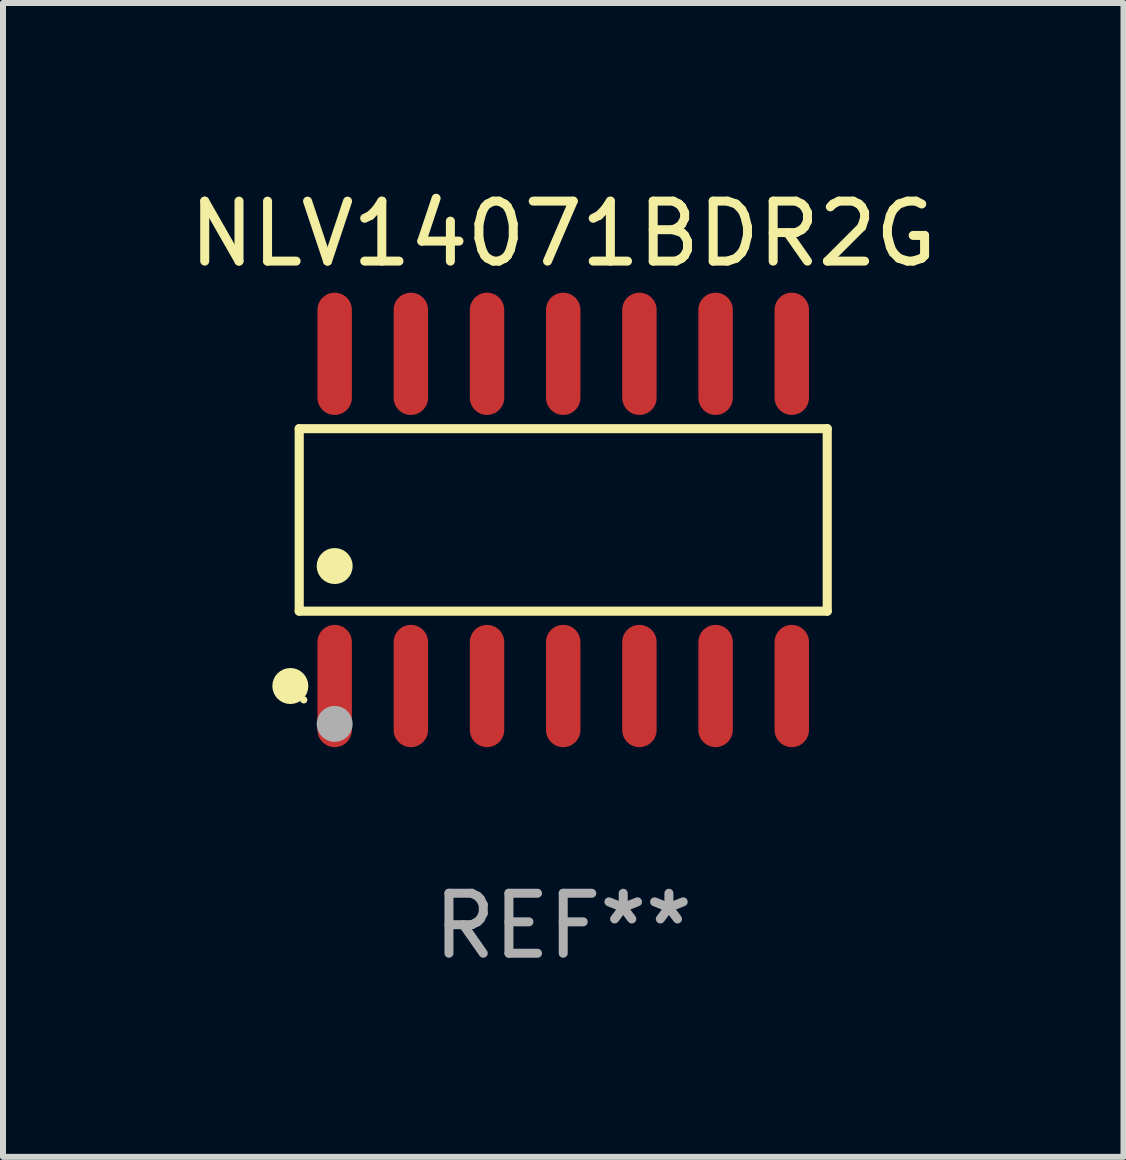
<source format=kicad_pcb>
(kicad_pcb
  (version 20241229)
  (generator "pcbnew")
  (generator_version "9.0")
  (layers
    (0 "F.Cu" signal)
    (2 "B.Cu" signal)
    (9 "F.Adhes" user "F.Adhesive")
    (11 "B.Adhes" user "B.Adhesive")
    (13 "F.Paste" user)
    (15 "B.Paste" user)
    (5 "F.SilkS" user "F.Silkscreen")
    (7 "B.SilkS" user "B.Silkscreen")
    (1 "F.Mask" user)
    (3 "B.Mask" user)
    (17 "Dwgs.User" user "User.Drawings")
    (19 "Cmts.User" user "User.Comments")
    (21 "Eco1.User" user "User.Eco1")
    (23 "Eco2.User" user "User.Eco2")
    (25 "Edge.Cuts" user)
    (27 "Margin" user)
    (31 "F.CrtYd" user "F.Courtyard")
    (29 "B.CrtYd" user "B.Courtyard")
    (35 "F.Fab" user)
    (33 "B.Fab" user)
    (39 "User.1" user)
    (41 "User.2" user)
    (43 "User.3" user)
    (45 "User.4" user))
  (footprint "NLV14071BDR2G"
    (layer "F.Cu")
    (at 6.339 5.617)
    (property "Reference" "NLV14071BDR2G" (at 0 -4.769 0) (layer "F.SilkS") (effects (font (size 1 1) (thickness 0.15))))
    (attr through_hole)
    (fp_line (start -4.401 -1.521) (end 4.401 -1.521) (stroke (width 0.152) (type solid)) (layer "F.SilkS"))
    (fp_line (start -4.401 1.521) (end -4.401 -1.521) (stroke (width 0.152) (type solid)) (layer "F.SilkS"))
    (fp_line (start 4.401 -1.521) (end 4.401 1.521) (stroke (width 0.152) (type solid)) (layer "F.SilkS"))
    (fp_line (start 4.401 1.521) (end -4.401 1.521) (stroke (width 0.152) (type solid)) (layer "F.SilkS"))
    (fp_circle (center -4.549 2.769) (end -4.399 2.769) (stroke (width 0.3) (type solid)) (fill no) (layer "F.SilkS"))
    (fp_circle (center -4.325 3) (end -4.295 3) (stroke (width 0.06) (type solid)) (fill no) (layer "F.SilkS"))
    (fp_circle (center -3.81 0.769) (end -3.66 0.769) (stroke (width 0.3) (type solid)) (fill no) (layer "F.SilkS"))
    (fp_circle (center -3.81 3.4) (end -3.66 3.4) (stroke (width 0.3) (type solid)) (fill no) (layer "F.Fab"))
    (fp_text user "REF**" (at 0 6.769 0) (layer "F.Fab") (effects (font (size 1 1) (thickness 0.15))))
    (pad "1" smd oval (at -3.81 2.769) (size 0.574 2.038) (layers "F.Cu" "F.Mask" "F.Paste"))
    (pad "2" smd oval (at -2.54 2.769) (size 0.574 2.038) (layers "F.Cu" "F.Mask" "F.Paste"))
    (pad "3" smd oval (at -1.27 2.769) (size 0.574 2.038) (layers "F.Cu" "F.Mask" "F.Paste"))
    (pad "4" smd oval (at 0 2.769) (size 0.574 2.038) (layers "F.Cu" "F.Mask" "F.Paste"))
    (pad "5" smd oval (at 1.27 2.769) (size 0.574 2.038) (layers "F.Cu" "F.Mask" "F.Paste"))
    (pad "6" smd oval (at 2.54 2.769) (size 0.574 2.038) (layers "F.Cu" "F.Mask" "F.Paste"))
    (pad "7" smd oval (at 3.81 2.769) (size 0.574 2.038) (layers "F.Cu" "F.Mask" "F.Paste"))
    (pad "8" smd oval (at 3.81 -2.769) (size 0.574 2.038) (layers "F.Cu" "F.Mask" "F.Paste"))
    (pad "9" smd oval (at 2.54 -2.769) (size 0.574 2.038) (layers "F.Cu" "F.Mask" "F.Paste"))
    (pad "10" smd oval (at 1.27 -2.769) (size 0.574 2.038) (layers "F.Cu" "F.Mask" "F.Paste"))
    (pad "11" smd oval (at 0 -2.769) (size 0.574 2.038) (layers "F.Cu" "F.Mask" "F.Paste"))
    (pad "12" smd oval (at -1.27 -2.769) (size 0.574 2.038) (layers "F.Cu" "F.Mask" "F.Paste"))
    (pad "13" smd oval (at -2.54 -2.769) (size 0.574 2.038) (layers "F.Cu" "F.Mask" "F.Paste"))
    (pad "14" smd oval (at -3.81 -2.769) (size 0.574 2.038) (layers "F.Cu" "F.Mask" "F.Paste")))
  (gr_rect
    (start -3 -3)
    (end 15.679 16.235)
    (stroke (width 0.1) (type default))
    (fill no)
    (layer "Edge.Cuts")))
</source>
